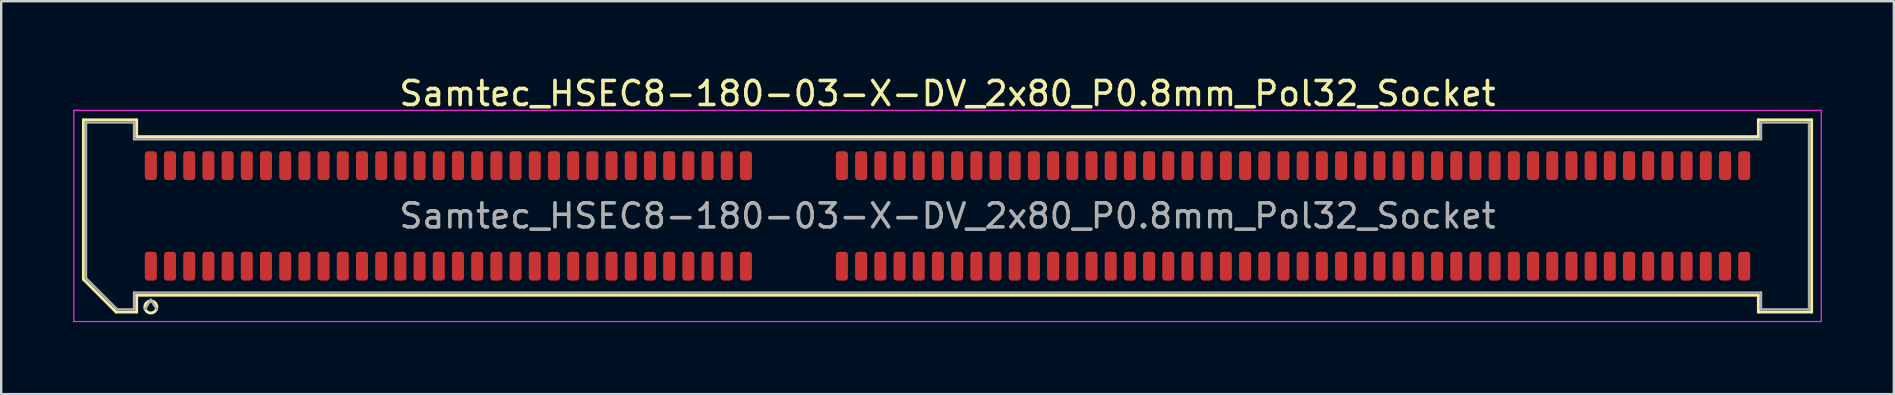
<source format=kicad_pcb>
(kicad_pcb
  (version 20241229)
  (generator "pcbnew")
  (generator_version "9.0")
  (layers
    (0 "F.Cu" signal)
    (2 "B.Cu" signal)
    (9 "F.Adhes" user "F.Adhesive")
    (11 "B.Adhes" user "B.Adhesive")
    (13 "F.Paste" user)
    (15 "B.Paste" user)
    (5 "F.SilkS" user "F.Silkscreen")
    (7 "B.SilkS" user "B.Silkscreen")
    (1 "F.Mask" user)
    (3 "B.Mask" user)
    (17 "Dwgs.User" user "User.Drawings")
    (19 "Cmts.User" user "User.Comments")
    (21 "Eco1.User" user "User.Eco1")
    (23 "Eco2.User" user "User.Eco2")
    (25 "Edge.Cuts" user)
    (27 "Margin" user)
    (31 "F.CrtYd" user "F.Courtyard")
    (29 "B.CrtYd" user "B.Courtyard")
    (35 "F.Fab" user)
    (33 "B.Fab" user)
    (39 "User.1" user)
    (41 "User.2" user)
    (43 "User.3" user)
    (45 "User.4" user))
  (footprint "Samtec_HSEC8-180-03-X-DV_2x80_P0.8mm_Pol32_Socket"
    (layer "F.Cu")
    (at 36.435 5.948)
    (property "Reference" "Samtec_HSEC8-180-03-X-DV_2x80_P0.8mm_Pol32_Socket" (at 0 -5.1 0) (layer "F.SilkS") (effects (font (size 1 1) (thickness 0.15))))
    (attr smd)
    (fp_line (start -36.01 -4.005) (end -33.79 -4.005) (stroke (width 0.12) (type solid)) (layer "F.SilkS"))
    (fp_line (start -36.01 2.641) (end -36.01 -4.005) (stroke (width 0.12) (type solid)) (layer "F.SilkS"))
    (fp_line (start -34.646 4.005) (end -36.01 2.641) (stroke (width 0.12) (type solid)) (layer "F.SilkS"))
    (fp_line (start -33.79 -4.005) (end -33.79 -3.305) (stroke (width 0.12) (type solid)) (layer "F.SilkS"))
    (fp_line (start -33.79 -3.305) (end 33.79 -3.305) (stroke (width 0.12) (type solid)) (layer "F.SilkS"))
    (fp_line (start -33.79 3.305) (end -33.79 4.005) (stroke (width 0.12) (type solid)) (layer "F.SilkS"))
    (fp_line (start -33.79 4.005) (end -34.646 4.005) (stroke (width 0.12) (type solid)) (layer "F.SilkS"))
    (fp_line (start 33.79 -4.005) (end 36.01 -4.005) (stroke (width 0.12) (type solid)) (layer "F.SilkS"))
    (fp_line (start 33.79 -3.305) (end 33.79 -4.005) (stroke (width 0.12) (type solid)) (layer "F.SilkS"))
    (fp_line (start 33.79 3.305) (end -33.79 3.305) (stroke (width 0.12) (type solid)) (layer "F.SilkS"))
    (fp_line (start 33.79 4.005) (end 33.79 3.305) (stroke (width 0.12) (type solid)) (layer "F.SilkS"))
    (fp_line (start 36.01 -4.005) (end 36.01 4.005) (stroke (width 0.12) (type solid)) (layer "F.SilkS"))
    (fp_line (start 36.01 4.005) (end 33.79 4.005) (stroke (width 0.12) (type solid)) (layer "F.SilkS"))
    (fp_arc (start -32.95 3.795) (mid -33.45 3.795) (end -32.95 3.795) (stroke (width 0.12) (type solid)) (layer "F.SilkS"))
    (fp_line (start -36.41 -4.4) (end -36.41 4.4) (stroke (width 0.05) (type solid)) (layer "F.CrtYd"))
    (fp_line (start -36.41 4.4) (end 36.41 4.4) (stroke (width 0.05) (type solid)) (layer "F.CrtYd"))
    (fp_line (start 36.41 -4.4) (end -36.41 -4.4) (stroke (width 0.05) (type solid)) (layer "F.CrtYd"))
    (fp_line (start 36.41 4.4) (end 36.41 -4.4) (stroke (width 0.05) (type solid)) (layer "F.CrtYd"))
    (fp_line (start -35.9 -3.895) (end -33.9 -3.895) (stroke (width 0.1) (type solid)) (layer "F.Fab"))
    (fp_line (start -35.9 2.595) (end -35.9 -3.895) (stroke (width 0.1) (type solid)) (layer "F.Fab"))
    (fp_line (start -34.6 3.895) (end -35.9 2.595) (stroke (width 0.1) (type solid)) (layer "F.Fab"))
    (fp_line (start -33.9 -3.895) (end -33.9 -3.195) (stroke (width 0.1) (type solid)) (layer "F.Fab"))
    (fp_line (start -33.9 -3.195) (end 33.9 -3.195) (stroke (width 0.1) (type solid)) (layer "F.Fab"))
    (fp_line (start -33.9 3.195) (end -33.9 3.895) (stroke (width 0.1) (type solid)) (layer "F.Fab"))
    (fp_line (start -33.9 3.895) (end -34.6 3.895) (stroke (width 0.1) (type solid)) (layer "F.Fab"))
    (fp_line (start -33.2 3.495) (end -33.45 3.895) (stroke (width 0.1) (type solid)) (layer "F.Fab"))
    (fp_line (start -33.2 3.495) (end -32.95 3.895) (stroke (width 0.1) (type solid)) (layer "F.Fab"))
    (fp_line (start 33.9 -3.895) (end 35.9 -3.895) (stroke (width 0.1) (type solid)) (layer "F.Fab"))
    (fp_line (start 33.9 -3.195) (end 33.9 -3.895) (stroke (width 0.1) (type solid)) (layer "F.Fab"))
    (fp_line (start 33.9 3.195) (end -33.9 3.195) (stroke (width 0.1) (type solid)) (layer "F.Fab"))
    (fp_line (start 33.9 3.895) (end 33.9 3.195) (stroke (width 0.1) (type solid)) (layer "F.Fab"))
    (fp_line (start 35.9 -3.895) (end 35.9 3.895) (stroke (width 0.1) (type solid)) (layer "F.Fab"))
    (fp_line (start 35.9 3.895) (end 33.9 3.895) (stroke (width 0.1) (type solid)) (layer "F.Fab"))
    (fp_text user "${REFERENCE}" (at 0 0 0) (layer "F.Fab") (effects (font (size 1 1) (thickness 0.15))))
    (pad "1" smd roundrect (at -33.2 2.095) (size 0.5 1.2) (layers "F.Cu" "F.Mask" "F.Paste") (roundrect_rratio 0.25))
    (pad "2" smd roundrect (at -33.2 -2.095) (size 0.5 1.2) (layers "F.Cu" "F.Mask" "F.Paste") (roundrect_rratio 0.25))
    (pad "3" smd roundrect (at -32.4 2.095) (size 0.5 1.2) (layers "F.Cu" "F.Mask" "F.Paste") (roundrect_rratio 0.25))
    (pad "4" smd roundrect (at -32.4 -2.095) (size 0.5 1.2) (layers "F.Cu" "F.Mask" "F.Paste") (roundrect_rratio 0.25))
    (pad "5" smd roundrect (at -31.6 2.095) (size 0.5 1.2) (layers "F.Cu" "F.Mask" "F.Paste") (roundrect_rratio 0.25))
    (pad "6" smd roundrect (at -31.6 -2.095) (size 0.5 1.2) (layers "F.Cu" "F.Mask" "F.Paste") (roundrect_rratio 0.25))
    (pad "7" smd roundrect (at -30.8 2.095) (size 0.5 1.2) (layers "F.Cu" "F.Mask" "F.Paste") (roundrect_rratio 0.25))
    (pad "8" smd roundrect (at -30.8 -2.095) (size 0.5 1.2) (layers "F.Cu" "F.Mask" "F.Paste") (roundrect_rratio 0.25))
    (pad "9" smd roundrect (at -30 2.095) (size 0.5 1.2) (layers "F.Cu" "F.Mask" "F.Paste") (roundrect_rratio 0.25))
    (pad "10" smd roundrect (at -30 -2.095) (size 0.5 1.2) (layers "F.Cu" "F.Mask" "F.Paste") (roundrect_rratio 0.25))
    (pad "11" smd roundrect (at -29.2 2.095) (size 0.5 1.2) (layers "F.Cu" "F.Mask" "F.Paste") (roundrect_rratio 0.25))
    (pad "12" smd roundrect (at -29.2 -2.095) (size 0.5 1.2) (layers "F.Cu" "F.Mask" "F.Paste") (roundrect_rratio 0.25))
    (pad "13" smd roundrect (at -28.4 2.095) (size 0.5 1.2) (layers "F.Cu" "F.Mask" "F.Paste") (roundrect_rratio 0.25))
    (pad "14" smd roundrect (at -28.4 -2.095) (size 0.5 1.2) (layers "F.Cu" "F.Mask" "F.Paste") (roundrect_rratio 0.25))
    (pad "15" smd roundrect (at -27.6 2.095) (size 0.5 1.2) (layers "F.Cu" "F.Mask" "F.Paste") (roundrect_rratio 0.25))
    (pad "16" smd roundrect (at -27.6 -2.095) (size 0.5 1.2) (layers "F.Cu" "F.Mask" "F.Paste") (roundrect_rratio 0.25))
    (pad "17" smd roundrect (at -26.8 2.095) (size 0.5 1.2) (layers "F.Cu" "F.Mask" "F.Paste") (roundrect_rratio 0.25))
    (pad "18" smd roundrect (at -26.8 -2.095) (size 0.5 1.2) (layers "F.Cu" "F.Mask" "F.Paste") (roundrect_rratio 0.25))
    (pad "19" smd roundrect (at -26 2.095) (size 0.5 1.2) (layers "F.Cu" "F.Mask" "F.Paste") (roundrect_rratio 0.25))
    (pad "20" smd roundrect (at -26 -2.095) (size 0.5 1.2) (layers "F.Cu" "F.Mask" "F.Paste") (roundrect_rratio 0.25))
    (pad "21" smd roundrect (at -25.2 2.095) (size 0.5 1.2) (layers "F.Cu" "F.Mask" "F.Paste") (roundrect_rratio 0.25))
    (pad "22" smd roundrect (at -25.2 -2.095) (size 0.5 1.2) (layers "F.Cu" "F.Mask" "F.Paste") (roundrect_rratio 0.25))
    (pad "23" smd roundrect (at -24.4 2.095) (size 0.5 1.2) (layers "F.Cu" "F.Mask" "F.Paste") (roundrect_rratio 0.25))
    (pad "24" smd roundrect (at -24.4 -2.095) (size 0.5 1.2) (layers "F.Cu" "F.Mask" "F.Paste") (roundrect_rratio 0.25))
    (pad "25" smd roundrect (at -23.6 2.095) (size 0.5 1.2) (layers "F.Cu" "F.Mask" "F.Paste") (roundrect_rratio 0.25))
    (pad "26" smd roundrect (at -23.6 -2.095) (size 0.5 1.2) (layers "F.Cu" "F.Mask" "F.Paste") (roundrect_rratio 0.25))
    (pad "27" smd roundrect (at -22.8 2.095) (size 0.5 1.2) (layers "F.Cu" "F.Mask" "F.Paste") (roundrect_rratio 0.25))
    (pad "28" smd roundrect (at -22.8 -2.095) (size 0.5 1.2) (layers "F.Cu" "F.Mask" "F.Paste") (roundrect_rratio 0.25))
    (pad "29" smd roundrect (at -22 2.095) (size 0.5 1.2) (layers "F.Cu" "F.Mask" "F.Paste") (roundrect_rratio 0.25))
    (pad "30" smd roundrect (at -22 -2.095) (size 0.5 1.2) (layers "F.Cu" "F.Mask" "F.Paste") (roundrect_rratio 0.25))
    (pad "31" smd roundrect (at -21.2 2.095) (size 0.5 1.2) (layers "F.Cu" "F.Mask" "F.Paste") (roundrect_rratio 0.25))
    (pad "32" smd roundrect (at -21.2 -2.095) (size 0.5 1.2) (layers "F.Cu" "F.Mask" "F.Paste") (roundrect_rratio 0.25))
    (pad "33" smd roundrect (at -20.4 2.095) (size 0.5 1.2) (layers "F.Cu" "F.Mask" "F.Paste") (roundrect_rratio 0.25))
    (pad "34" smd roundrect (at -20.4 -2.095) (size 0.5 1.2) (layers "F.Cu" "F.Mask" "F.Paste") (roundrect_rratio 0.25))
    (pad "35" smd roundrect (at -19.6 2.095) (size 0.5 1.2) (layers "F.Cu" "F.Mask" "F.Paste") (roundrect_rratio 0.25))
    (pad "36" smd roundrect (at -19.6 -2.095) (size 0.5 1.2) (layers "F.Cu" "F.Mask" "F.Paste") (roundrect_rratio 0.25))
    (pad "37" smd roundrect (at -18.8 2.095) (size 0.5 1.2) (layers "F.Cu" "F.Mask" "F.Paste") (roundrect_rratio 0.25))
    (pad "38" smd roundrect (at -18.8 -2.095) (size 0.5 1.2) (layers "F.Cu" "F.Mask" "F.Paste") (roundrect_rratio 0.25))
    (pad "39" smd roundrect (at -18 2.095) (size 0.5 1.2) (layers "F.Cu" "F.Mask" "F.Paste") (roundrect_rratio 0.25))
    (pad "40" smd roundrect (at -18 -2.095) (size 0.5 1.2) (layers "F.Cu" "F.Mask" "F.Paste") (roundrect_rratio 0.25))
    (pad "41" smd roundrect (at -17.2 2.095) (size 0.5 1.2) (layers "F.Cu" "F.Mask" "F.Paste") (roundrect_rratio 0.25))
    (pad "42" smd roundrect (at -17.2 -2.095) (size 0.5 1.2) (layers "F.Cu" "F.Mask" "F.Paste") (roundrect_rratio 0.25))
    (pad "43" smd roundrect (at -16.4 2.095) (size 0.5 1.2) (layers "F.Cu" "F.Mask" "F.Paste") (roundrect_rratio 0.25))
    (pad "44" smd roundrect (at -16.4 -2.095) (size 0.5 1.2) (layers "F.Cu" "F.Mask" "F.Paste") (roundrect_rratio 0.25))
    (pad "45" smd roundrect (at -15.6 2.095) (size 0.5 1.2) (layers "F.Cu" "F.Mask" "F.Paste") (roundrect_rratio 0.25))
    (pad "46" smd roundrect (at -15.6 -2.095) (size 0.5 1.2) (layers "F.Cu" "F.Mask" "F.Paste") (roundrect_rratio 0.25))
    (pad "47" smd roundrect (at -14.8 2.095) (size 0.5 1.2) (layers "F.Cu" "F.Mask" "F.Paste") (roundrect_rratio 0.25))
    (pad "48" smd roundrect (at -14.8 -2.095) (size 0.5 1.2) (layers "F.Cu" "F.Mask" "F.Paste") (roundrect_rratio 0.25))
    (pad "49" smd roundrect (at -14 2.095) (size 0.5 1.2) (layers "F.Cu" "F.Mask" "F.Paste") (roundrect_rratio 0.25))
    (pad "50" smd roundrect (at -14 -2.095) (size 0.5 1.2) (layers "F.Cu" "F.Mask" "F.Paste") (roundrect_rratio 0.25))
    (pad "51" smd roundrect (at -13.2 2.095) (size 0.5 1.2) (layers "F.Cu" "F.Mask" "F.Paste") (roundrect_rratio 0.25))
    (pad "52" smd roundrect (at -13.2 -2.095) (size 0.5 1.2) (layers "F.Cu" "F.Mask" "F.Paste") (roundrect_rratio 0.25))
    (pad "53" smd roundrect (at -12.4 2.095) (size 0.5 1.2) (layers "F.Cu" "F.Mask" "F.Paste") (roundrect_rratio 0.25))
    (pad "54" smd roundrect (at -12.4 -2.095) (size 0.5 1.2) (layers "F.Cu" "F.Mask" "F.Paste") (roundrect_rratio 0.25))
    (pad "55" smd roundrect (at -11.6 2.095) (size 0.5 1.2) (layers "F.Cu" "F.Mask" "F.Paste") (roundrect_rratio 0.25))
    (pad "56" smd roundrect (at -11.6 -2.095) (size 0.5 1.2) (layers "F.Cu" "F.Mask" "F.Paste") (roundrect_rratio 0.25))
    (pad "57" smd roundrect (at -10.8 2.095) (size 0.5 1.2) (layers "F.Cu" "F.Mask" "F.Paste") (roundrect_rratio 0.25))
    (pad "58" smd roundrect (at -10.8 -2.095) (size 0.5 1.2) (layers "F.Cu" "F.Mask" "F.Paste") (roundrect_rratio 0.25))
    (pad "59" smd roundrect (at -10 2.095) (size 0.5 1.2) (layers "F.Cu" "F.Mask" "F.Paste") (roundrect_rratio 0.25))
    (pad "60" smd roundrect (at -10 -2.095) (size 0.5 1.2) (layers "F.Cu" "F.Mask" "F.Paste") (roundrect_rratio 0.25))
    (pad "61" smd roundrect (at -9.2 2.095) (size 0.5 1.2) (layers "F.Cu" "F.Mask" "F.Paste") (roundrect_rratio 0.25))
    (pad "62" smd roundrect (at -9.2 -2.095) (size 0.5 1.2) (layers "F.Cu" "F.Mask" "F.Paste") (roundrect_rratio 0.25))
    (pad "63" smd roundrect (at -8.4 2.095) (size 0.5 1.2) (layers "F.Cu" "F.Mask" "F.Paste") (roundrect_rratio 0.25))
    (pad "64" smd roundrect (at -8.4 -2.095) (size 0.5 1.2) (layers "F.Cu" "F.Mask" "F.Paste") (roundrect_rratio 0.25))
    (pad "65" smd roundrect (at -4.4 2.095) (size 0.5 1.2) (layers "F.Cu" "F.Mask" "F.Paste") (roundrect_rratio 0.25))
    (pad "66" smd roundrect (at -4.4 -2.095) (size 0.5 1.2) (layers "F.Cu" "F.Mask" "F.Paste") (roundrect_rratio 0.25))
    (pad "67" smd roundrect (at -3.6 2.095) (size 0.5 1.2) (layers "F.Cu" "F.Mask" "F.Paste") (roundrect_rratio 0.25))
    (pad "68" smd roundrect (at -3.6 -2.095) (size 0.5 1.2) (layers "F.Cu" "F.Mask" "F.Paste") (roundrect_rratio 0.25))
    (pad "69" smd roundrect (at -2.8 2.095) (size 0.5 1.2) (layers "F.Cu" "F.Mask" "F.Paste") (roundrect_rratio 0.25))
    (pad "70" smd roundrect (at -2.8 -2.095) (size 0.5 1.2) (layers "F.Cu" "F.Mask" "F.Paste") (roundrect_rratio 0.25))
    (pad "71" smd roundrect (at -2 2.095) (size 0.5 1.2) (layers "F.Cu" "F.Mask" "F.Paste") (roundrect_rratio 0.25))
    (pad "72" smd roundrect (at -2 -2.095) (size 0.5 1.2) (layers "F.Cu" "F.Mask" "F.Paste") (roundrect_rratio 0.25))
    (pad "73" smd roundrect (at -1.2 2.095) (size 0.5 1.2) (layers "F.Cu" "F.Mask" "F.Paste") (roundrect_rratio 0.25))
    (pad "74" smd roundrect (at -1.2 -2.095) (size 0.5 1.2) (layers "F.Cu" "F.Mask" "F.Paste") (roundrect_rratio 0.25))
    (pad "75" smd roundrect (at -0.4 2.095) (size 0.5 1.2) (layers "F.Cu" "F.Mask" "F.Paste") (roundrect_rratio 0.25))
    (pad "76" smd roundrect (at -0.4 -2.095) (size 0.5 1.2) (layers "F.Cu" "F.Mask" "F.Paste") (roundrect_rratio 0.25))
    (pad "77" smd roundrect (at 0.4 2.095) (size 0.5 1.2) (layers "F.Cu" "F.Mask" "F.Paste") (roundrect_rratio 0.25))
    (pad "78" smd roundrect (at 0.4 -2.095) (size 0.5 1.2) (layers "F.Cu" "F.Mask" "F.Paste") (roundrect_rratio 0.25))
    (pad "79" smd roundrect (at 1.2 2.095) (size 0.5 1.2) (layers "F.Cu" "F.Mask" "F.Paste") (roundrect_rratio 0.25))
    (pad "80" smd roundrect (at 1.2 -2.095) (size 0.5 1.2) (layers "F.Cu" "F.Mask" "F.Paste") (roundrect_rratio 0.25))
    (pad "81" smd roundrect (at 2 2.095) (size 0.5 1.2) (layers "F.Cu" "F.Mask" "F.Paste") (roundrect_rratio 0.25))
    (pad "82" smd roundrect (at 2 -2.095) (size 0.5 1.2) (layers "F.Cu" "F.Mask" "F.Paste") (roundrect_rratio 0.25))
    (pad "83" smd roundrect (at 2.8 2.095) (size 0.5 1.2) (layers "F.Cu" "F.Mask" "F.Paste") (roundrect_rratio 0.25))
    (pad "84" smd roundrect (at 2.8 -2.095) (size 0.5 1.2) (layers "F.Cu" "F.Mask" "F.Paste") (roundrect_rratio 0.25))
    (pad "85" smd roundrect (at 3.6 2.095) (size 0.5 1.2) (layers "F.Cu" "F.Mask" "F.Paste") (roundrect_rratio 0.25))
    (pad "86" smd roundrect (at 3.6 -2.095) (size 0.5 1.2) (layers "F.Cu" "F.Mask" "F.Paste") (roundrect_rratio 0.25))
    (pad "87" smd roundrect (at 4.4 2.095) (size 0.5 1.2) (layers "F.Cu" "F.Mask" "F.Paste") (roundrect_rratio 0.25))
    (pad "88" smd roundrect (at 4.4 -2.095) (size 0.5 1.2) (layers "F.Cu" "F.Mask" "F.Paste") (roundrect_rratio 0.25))
    (pad "89" smd roundrect (at 5.2 2.095) (size 0.5 1.2) (layers "F.Cu" "F.Mask" "F.Paste") (roundrect_rratio 0.25))
    (pad "90" smd roundrect (at 5.2 -2.095) (size 0.5 1.2) (layers "F.Cu" "F.Mask" "F.Paste") (roundrect_rratio 0.25))
    (pad "91" smd roundrect (at 6 2.095) (size 0.5 1.2) (layers "F.Cu" "F.Mask" "F.Paste") (roundrect_rratio 0.25))
    (pad "92" smd roundrect (at 6 -2.095) (size 0.5 1.2) (layers "F.Cu" "F.Mask" "F.Paste") (roundrect_rratio 0.25))
    (pad "93" smd roundrect (at 6.8 2.095) (size 0.5 1.2) (layers "F.Cu" "F.Mask" "F.Paste") (roundrect_rratio 0.25))
    (pad "94" smd roundrect (at 6.8 -2.095) (size 0.5 1.2) (layers "F.Cu" "F.Mask" "F.Paste") (roundrect_rratio 0.25))
    (pad "95" smd roundrect (at 7.6 2.095) (size 0.5 1.2) (layers "F.Cu" "F.Mask" "F.Paste") (roundrect_rratio 0.25))
    (pad "96" smd roundrect (at 7.6 -2.095) (size 0.5 1.2) (layers "F.Cu" "F.Mask" "F.Paste") (roundrect_rratio 0.25))
    (pad "97" smd roundrect (at 8.4 2.095) (size 0.5 1.2) (layers "F.Cu" "F.Mask" "F.Paste") (roundrect_rratio 0.25))
    (pad "98" smd roundrect (at 8.4 -2.095) (size 0.5 1.2) (layers "F.Cu" "F.Mask" "F.Paste") (roundrect_rratio 0.25))
    (pad "99" smd roundrect (at 9.2 2.095) (size 0.5 1.2) (layers "F.Cu" "F.Mask" "F.Paste") (roundrect_rratio 0.25))
    (pad "100" smd roundrect (at 9.2 -2.095) (size 0.5 1.2) (layers "F.Cu" "F.Mask" "F.Paste") (roundrect_rratio 0.25))
    (pad "101" smd roundrect (at 10 2.095) (size 0.5 1.2) (layers "F.Cu" "F.Mask" "F.Paste") (roundrect_rratio 0.25))
    (pad "102" smd roundrect (at 10 -2.095) (size 0.5 1.2) (layers "F.Cu" "F.Mask" "F.Paste") (roundrect_rratio 0.25))
    (pad "103" smd roundrect (at 10.8 2.095) (size 0.5 1.2) (layers "F.Cu" "F.Mask" "F.Paste") (roundrect_rratio 0.25))
    (pad "104" smd roundrect (at 10.8 -2.095) (size 0.5 1.2) (layers "F.Cu" "F.Mask" "F.Paste") (roundrect_rratio 0.25))
    (pad "105" smd roundrect (at 11.6 2.095) (size 0.5 1.2) (layers "F.Cu" "F.Mask" "F.Paste") (roundrect_rratio 0.25))
    (pad "106" smd roundrect (at 11.6 -2.095) (size 0.5 1.2) (layers "F.Cu" "F.Mask" "F.Paste") (roundrect_rratio 0.25))
    (pad "107" smd roundrect (at 12.4 2.095) (size 0.5 1.2) (layers "F.Cu" "F.Mask" "F.Paste") (roundrect_rratio 0.25))
    (pad "108" smd roundrect (at 12.4 -2.095) (size 0.5 1.2) (layers "F.Cu" "F.Mask" "F.Paste") (roundrect_rratio 0.25))
    (pad "109" smd roundrect (at 13.2 2.095) (size 0.5 1.2) (layers "F.Cu" "F.Mask" "F.Paste") (roundrect_rratio 0.25))
    (pad "110" smd roundrect (at 13.2 -2.095) (size 0.5 1.2) (layers "F.Cu" "F.Mask" "F.Paste") (roundrect_rratio 0.25))
    (pad "111" smd roundrect (at 14 2.095) (size 0.5 1.2) (layers "F.Cu" "F.Mask" "F.Paste") (roundrect_rratio 0.25))
    (pad "112" smd roundrect (at 14 -2.095) (size 0.5 1.2) (layers "F.Cu" "F.Mask" "F.Paste") (roundrect_rratio 0.25))
    (pad "113" smd roundrect (at 14.8 2.095) (size 0.5 1.2) (layers "F.Cu" "F.Mask" "F.Paste") (roundrect_rratio 0.25))
    (pad "114" smd roundrect (at 14.8 -2.095) (size 0.5 1.2) (layers "F.Cu" "F.Mask" "F.Paste") (roundrect_rratio 0.25))
    (pad "115" smd roundrect (at 15.6 2.095) (size 0.5 1.2) (layers "F.Cu" "F.Mask" "F.Paste") (roundrect_rratio 0.25))
    (pad "116" smd roundrect (at 15.6 -2.095) (size 0.5 1.2) (layers "F.Cu" "F.Mask" "F.Paste") (roundrect_rratio 0.25))
    (pad "117" smd roundrect (at 16.4 2.095) (size 0.5 1.2) (layers "F.Cu" "F.Mask" "F.Paste") (roundrect_rratio 0.25))
    (pad "118" smd roundrect (at 16.4 -2.095) (size 0.5 1.2) (layers "F.Cu" "F.Mask" "F.Paste") (roundrect_rratio 0.25))
    (pad "119" smd roundrect (at 17.2 2.095) (size 0.5 1.2) (layers "F.Cu" "F.Mask" "F.Paste") (roundrect_rratio 0.25))
    (pad "120" smd roundrect (at 17.2 -2.095) (size 0.5 1.2) (layers "F.Cu" "F.Mask" "F.Paste") (roundrect_rratio 0.25))
    (pad "121" smd roundrect (at 18 2.095) (size 0.5 1.2) (layers "F.Cu" "F.Mask" "F.Paste") (roundrect_rratio 0.25))
    (pad "122" smd roundrect (at 18 -2.095) (size 0.5 1.2) (layers "F.Cu" "F.Mask" "F.Paste") (roundrect_rratio 0.25))
    (pad "123" smd roundrect (at 18.8 2.095) (size 0.5 1.2) (layers "F.Cu" "F.Mask" "F.Paste") (roundrect_rratio 0.25))
    (pad "124" smd roundrect (at 18.8 -2.095) (size 0.5 1.2) (layers "F.Cu" "F.Mask" "F.Paste") (roundrect_rratio 0.25))
    (pad "125" smd roundrect (at 19.6 2.095) (size 0.5 1.2) (layers "F.Cu" "F.Mask" "F.Paste") (roundrect_rratio 0.25))
    (pad "126" smd roundrect (at 19.6 -2.095) (size 0.5 1.2) (layers "F.Cu" "F.Mask" "F.Paste") (roundrect_rratio 0.25))
    (pad "127" smd roundrect (at 20.4 2.095) (size 0.5 1.2) (layers "F.Cu" "F.Mask" "F.Paste") (roundrect_rratio 0.25))
    (pad "128" smd roundrect (at 20.4 -2.095) (size 0.5 1.2) (layers "F.Cu" "F.Mask" "F.Paste") (roundrect_rratio 0.25))
    (pad "129" smd roundrect (at 21.2 2.095) (size 0.5 1.2) (layers "F.Cu" "F.Mask" "F.Paste") (roundrect_rratio 0.25))
    (pad "130" smd roundrect (at 21.2 -2.095) (size 0.5 1.2) (layers "F.Cu" "F.Mask" "F.Paste") (roundrect_rratio 0.25))
    (pad "131" smd roundrect (at 22 2.095) (size 0.5 1.2) (layers "F.Cu" "F.Mask" "F.Paste") (roundrect_rratio 0.25))
    (pad "132" smd roundrect (at 22 -2.095) (size 0.5 1.2) (layers "F.Cu" "F.Mask" "F.Paste") (roundrect_rratio 0.25))
    (pad "133" smd roundrect (at 22.8 2.095) (size 0.5 1.2) (layers "F.Cu" "F.Mask" "F.Paste") (roundrect_rratio 0.25))
    (pad "134" smd roundrect (at 22.8 -2.095) (size 0.5 1.2) (layers "F.Cu" "F.Mask" "F.Paste") (roundrect_rratio 0.25))
    (pad "135" smd roundrect (at 23.6 2.095) (size 0.5 1.2) (layers "F.Cu" "F.Mask" "F.Paste") (roundrect_rratio 0.25))
    (pad "136" smd roundrect (at 23.6 -2.095) (size 0.5 1.2) (layers "F.Cu" "F.Mask" "F.Paste") (roundrect_rratio 0.25))
    (pad "137" smd roundrect (at 24.4 2.095) (size 0.5 1.2) (layers "F.Cu" "F.Mask" "F.Paste") (roundrect_rratio 0.25))
    (pad "138" smd roundrect (at 24.4 -2.095) (size 0.5 1.2) (layers "F.Cu" "F.Mask" "F.Paste") (roundrect_rratio 0.25))
    (pad "139" smd roundrect (at 25.2 2.095) (size 0.5 1.2) (layers "F.Cu" "F.Mask" "F.Paste") (roundrect_rratio 0.25))
    (pad "140" smd roundrect (at 25.2 -2.095) (size 0.5 1.2) (layers "F.Cu" "F.Mask" "F.Paste") (roundrect_rratio 0.25))
    (pad "141" smd roundrect (at 26 2.095) (size 0.5 1.2) (layers "F.Cu" "F.Mask" "F.Paste") (roundrect_rratio 0.25))
    (pad "142" smd roundrect (at 26 -2.095) (size 0.5 1.2) (layers "F.Cu" "F.Mask" "F.Paste") (roundrect_rratio 0.25))
    (pad "143" smd roundrect (at 26.8 2.095) (size 0.5 1.2) (layers "F.Cu" "F.Mask" "F.Paste") (roundrect_rratio 0.25))
    (pad "144" smd roundrect (at 26.8 -2.095) (size 0.5 1.2) (layers "F.Cu" "F.Mask" "F.Paste") (roundrect_rratio 0.25))
    (pad "145" smd roundrect (at 27.6 2.095) (size 0.5 1.2) (layers "F.Cu" "F.Mask" "F.Paste") (roundrect_rratio 0.25))
    (pad "146" smd roundrect (at 27.6 -2.095) (size 0.5 1.2) (layers "F.Cu" "F.Mask" "F.Paste") (roundrect_rratio 0.25))
    (pad "147" smd roundrect (at 28.4 2.095) (size 0.5 1.2) (layers "F.Cu" "F.Mask" "F.Paste") (roundrect_rratio 0.25))
    (pad "148" smd roundrect (at 28.4 -2.095) (size 0.5 1.2) (layers "F.Cu" "F.Mask" "F.Paste") (roundrect_rratio 0.25))
    (pad "149" smd roundrect (at 29.2 2.095) (size 0.5 1.2) (layers "F.Cu" "F.Mask" "F.Paste") (roundrect_rratio 0.25))
    (pad "150" smd roundrect (at 29.2 -2.095) (size 0.5 1.2) (layers "F.Cu" "F.Mask" "F.Paste") (roundrect_rratio 0.25))
    (pad "151" smd roundrect (at 30 2.095) (size 0.5 1.2) (layers "F.Cu" "F.Mask" "F.Paste") (roundrect_rratio 0.25))
    (pad "152" smd roundrect (at 30 -2.095) (size 0.5 1.2) (layers "F.Cu" "F.Mask" "F.Paste") (roundrect_rratio 0.25))
    (pad "153" smd roundrect (at 30.8 2.095) (size 0.5 1.2) (layers "F.Cu" "F.Mask" "F.Paste") (roundrect_rratio 0.25))
    (pad "154" smd roundrect (at 30.8 -2.095) (size 0.5 1.2) (layers "F.Cu" "F.Mask" "F.Paste") (roundrect_rratio 0.25))
    (pad "155" smd roundrect (at 31.6 2.095) (size 0.5 1.2) (layers "F.Cu" "F.Mask" "F.Paste") (roundrect_rratio 0.25))
    (pad "156" smd roundrect (at 31.6 -2.095) (size 0.5 1.2) (layers "F.Cu" "F.Mask" "F.Paste") (roundrect_rratio 0.25))
    (pad "157" smd roundrect (at 32.4 2.095) (size 0.5 1.2) (layers "F.Cu" "F.Mask" "F.Paste") (roundrect_rratio 0.25))
    (pad "158" smd roundrect (at 32.4 -2.095) (size 0.5 1.2) (layers "F.Cu" "F.Mask" "F.Paste") (roundrect_rratio 0.25))
    (pad "159" smd roundrect (at 33.2 2.095) (size 0.5 1.2) (layers "F.Cu" "F.Mask" "F.Paste") (roundrect_rratio 0.25))
    (pad "160" smd roundrect (at 33.2 -2.095) (size 0.5 1.2) (layers "F.Cu" "F.Mask" "F.Paste") (roundrect_rratio 0.25)))
  (gr_rect
    (start -3 -3)
    (end 75.87 13.373)
    (stroke (width 0.1) (type default))
    (fill no)
    (layer "Edge.Cuts")))
</source>
